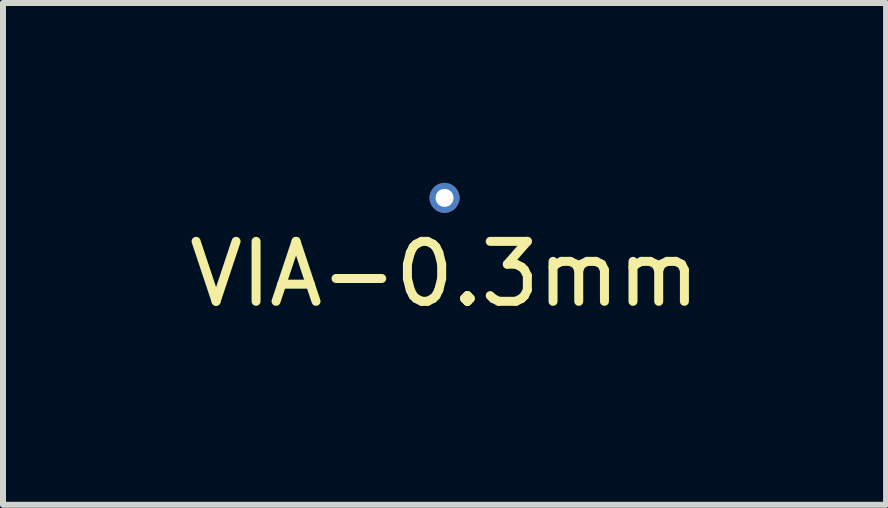
<source format=kicad_pcb>
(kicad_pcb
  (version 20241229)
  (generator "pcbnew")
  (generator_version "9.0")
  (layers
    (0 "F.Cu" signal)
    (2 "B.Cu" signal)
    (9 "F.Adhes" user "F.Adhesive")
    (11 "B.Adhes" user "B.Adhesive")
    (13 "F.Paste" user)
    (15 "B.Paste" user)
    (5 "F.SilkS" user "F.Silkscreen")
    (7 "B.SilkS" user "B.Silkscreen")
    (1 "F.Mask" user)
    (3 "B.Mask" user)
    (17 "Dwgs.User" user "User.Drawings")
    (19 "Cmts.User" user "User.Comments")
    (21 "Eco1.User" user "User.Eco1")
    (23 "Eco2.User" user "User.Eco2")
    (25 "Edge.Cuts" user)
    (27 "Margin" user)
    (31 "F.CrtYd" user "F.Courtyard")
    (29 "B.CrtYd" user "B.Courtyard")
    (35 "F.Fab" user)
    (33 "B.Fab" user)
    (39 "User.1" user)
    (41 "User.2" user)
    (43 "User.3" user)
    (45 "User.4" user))
  (footprint "VIA-0.3mm"
    (layer "F.Cu")
    (at 4.363 1.52)
    (property "Reference" "VIA-0.3mm" (at 0 0 0) (layer "F.SilkS") (effects (font (size 1 1) (thickness 0.15))))
    (attr through_hole)
    (pad "1" thru_hole circle (at 0 -1.27) (size 0.5 0.5) (drill 0.3) (layers "*.Cu")))
  (gr_rect
    (start -3 -3)
    (end 11.726 5.368)
    (stroke (width 0.1) (type default))
    (fill no)
    (layer "Edge.Cuts")))
</source>
